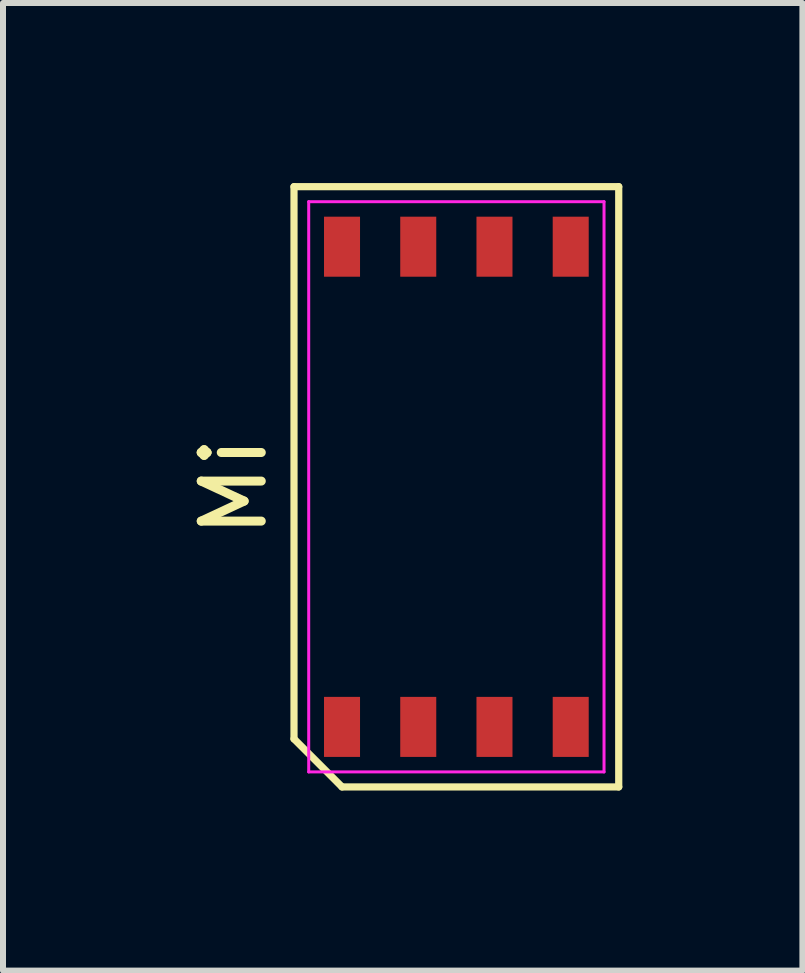
<source format=kicad_pcb>
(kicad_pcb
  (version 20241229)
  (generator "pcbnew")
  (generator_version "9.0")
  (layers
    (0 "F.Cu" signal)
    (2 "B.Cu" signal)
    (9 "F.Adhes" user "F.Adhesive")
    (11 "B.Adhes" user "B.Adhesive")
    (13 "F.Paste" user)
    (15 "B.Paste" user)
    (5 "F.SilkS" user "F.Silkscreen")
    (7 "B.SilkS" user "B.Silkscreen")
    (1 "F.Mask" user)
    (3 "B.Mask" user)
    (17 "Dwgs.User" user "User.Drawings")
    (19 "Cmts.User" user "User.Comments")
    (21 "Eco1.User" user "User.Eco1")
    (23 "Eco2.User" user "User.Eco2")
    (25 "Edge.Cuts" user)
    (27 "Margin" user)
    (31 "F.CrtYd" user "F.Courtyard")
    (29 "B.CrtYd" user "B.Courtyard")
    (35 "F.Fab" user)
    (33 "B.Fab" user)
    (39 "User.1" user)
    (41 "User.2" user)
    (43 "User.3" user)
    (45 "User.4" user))
  (footprint "Mi"
    (layer "F.Cu")
    (at 4.553 5.06)
    (property "Reference" "Mi" (at -3.705 0 90) (layer "F.SilkS") (effects (font (size 1 1) (thickness 0.15))))
    (attr smd)
    (fp_line (start -2.705 -5) (end 2.705 -5) (stroke (width 0.12) (type solid)) (layer "F.SilkS"))
    (fp_line (start -2.705 4.2) (end -2.705 -5) (stroke (width 0.12) (type solid)) (layer "F.SilkS"))
    (fp_line (start -1.905 5) (end -2.705 4.2) (stroke (width 0.12) (type solid)) (layer "F.SilkS"))
    (fp_line (start 2.705 -5) (end 2.705 5) (stroke (width 0.12) (type solid)) (layer "F.SilkS"))
    (fp_line (start 2.705 5) (end -1.905 5) (stroke (width 0.12) (type solid)) (layer "F.SilkS"))
    (fp_line (start -2.46 -4.75) (end 2.46 -4.75) (stroke (width 0.05) (type solid)) (layer "F.CrtYd"))
    (fp_line (start -2.46 4.75) (end -2.46 -4.75) (stroke (width 0.05) (type solid)) (layer "F.CrtYd"))
    (fp_line (start 2.46 -4.75) (end 2.46 4.75) (stroke (width 0.05) (type solid)) (layer "F.CrtYd"))
    (fp_line (start 2.46 4.75) (end -2.46 4.75) (stroke (width 0.05) (type solid)) (layer "F.CrtYd"))
    (pad "1" smd rect (at -1.905 4) (size 0.6 1) (layers "F.Cu" "F.Mask" "F.Paste"))
    (pad "2" smd rect (at -0.635 4) (size 0.6 1) (layers "F.Cu" "F.Mask" "F.Paste"))
    (pad "3" smd rect (at 0.635 4) (size 0.6 1) (layers "F.Cu" "F.Mask" "F.Paste"))
    (pad "4" smd rect (at 1.905 4) (size 0.6 1) (layers "F.Cu" "F.Mask" "F.Paste"))
    (pad "5" smd rect (at 1.905 -4) (size 0.6 1) (layers "F.Cu" "F.Mask" "F.Paste"))
    (pad "6" smd rect (at 0.635 -4) (size 0.6 1) (layers "F.Cu" "F.Mask" "F.Paste"))
    (pad "7" smd rect (at -0.635 -4) (size 0.6 1) (layers "F.Cu" "F.Mask" "F.Paste"))
    (pad "8" smd rect (at -1.905 -4) (size 0.6 1) (layers "F.Cu" "F.Mask" "F.Paste")))
  (gr_rect
    (start -3 -3)
    (end 10.318 13.12)
    (stroke (width 0.1) (type default))
    (fill no)
    (layer "Edge.Cuts")))
</source>
